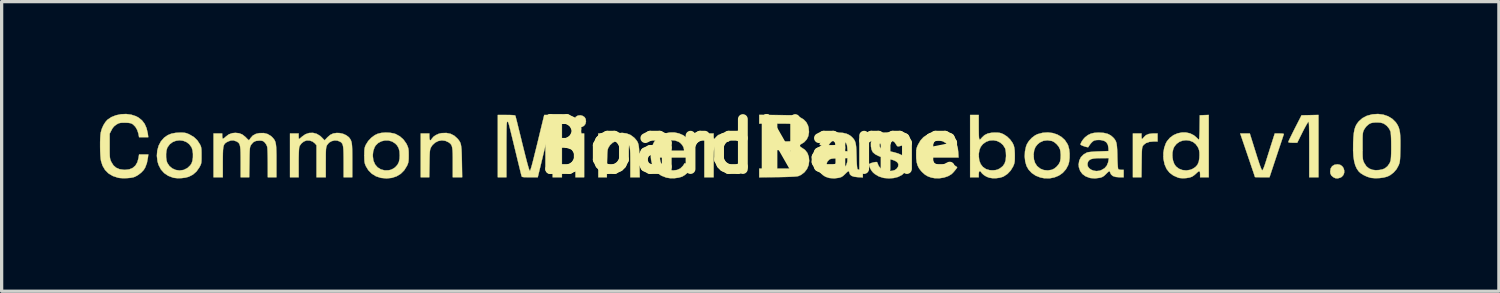
<source format=kicad_pcb>
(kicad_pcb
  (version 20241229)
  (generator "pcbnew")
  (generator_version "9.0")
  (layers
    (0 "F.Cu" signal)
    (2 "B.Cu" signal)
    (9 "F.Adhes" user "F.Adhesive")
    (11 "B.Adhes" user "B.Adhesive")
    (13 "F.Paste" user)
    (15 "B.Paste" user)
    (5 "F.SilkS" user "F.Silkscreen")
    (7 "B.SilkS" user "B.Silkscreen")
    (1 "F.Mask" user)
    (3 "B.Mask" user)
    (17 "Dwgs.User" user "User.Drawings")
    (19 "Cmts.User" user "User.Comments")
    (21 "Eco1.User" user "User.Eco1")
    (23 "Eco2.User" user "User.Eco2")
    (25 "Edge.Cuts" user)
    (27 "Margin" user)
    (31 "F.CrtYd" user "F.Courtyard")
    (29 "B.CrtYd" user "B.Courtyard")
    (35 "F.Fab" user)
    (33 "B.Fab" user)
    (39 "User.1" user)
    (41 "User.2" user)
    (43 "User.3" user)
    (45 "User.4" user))
  (footprint "BoardName"
    (layer "F.Cu")
    (at 19.835 1.418)
    (property "Reference" "BoardName" (at 0 0 0) (layer "F.SilkS") (effects (font (size 1.524 1.524) (thickness 0.3))))
    (attr through_hole)
    (fp_poly (pts (xy -5.061 0.941) (xy -5.325 0.941) (xy -5.325 -0.395) (xy -5.061 -0.395) (xy -5.061 0.941)) (stroke (width 0.01) (type solid)) (fill yes) (layer "F.SilkS"))
    (fp_poly (pts (xy -5.109 -0.933) (xy -5.047 -0.894) (xy -5.014 -0.837) (xy -5.005 -0.762) (xy -5.021 -0.688) (xy -5.064 -0.631) (xy -5.125 -0.595) (xy -5.196 -0.582) (xy -5.269 -0.598) (xy -5.319 -0.629) (xy -5.354 -0.667) (xy -5.369 -0.711) (xy -5.372 -0.759) (xy -5.356 -0.843) (xy -5.313 -0.905) (xy -5.25 -0.942) (xy -5.172 -0.95) (xy -5.109 -0.933)) (stroke (width 0.01) (type solid)) (fill yes) (layer "F.SilkS"))
    (fp_poly (pts (xy 18.007 0.561) (xy 18.069 0.603) (xy 18.111 0.662) (xy 18.132 0.733) (xy 18.131 0.805) (xy 18.106 0.873) (xy 18.056 0.929) (xy 18.015 0.952) (xy 17.934 0.975) (xy 17.866 0.97) (xy 17.805 0.942) (xy 17.742 0.89) (xy 17.711 0.827) (xy 17.705 0.764) (xy 17.72 0.672) (xy 17.764 0.603) (xy 17.834 0.56) (xy 17.928 0.546) (xy 18.007 0.561)) (stroke (width 0.01) (type solid)) (fill yes) (layer "F.SilkS"))
    (fp_poly (pts (xy -1.11 -0.31) (xy -1.107 -0.26) (xy -1.099 -0.23) (xy -1.095 -0.226) (xy -1.075 -0.24) (xy -1.044 -0.274) (xy -1.037 -0.284) (xy -0.972 -0.345) (xy -0.885 -0.381) (xy -0.771 -0.395) (xy -0.753 -0.395) (xy -0.64 -0.395) (xy -0.64 -0.151) (xy -0.767 -0.15) (xy -0.855 -0.146) (xy -0.921 -0.13) (xy -0.969 -0.108) (xy -1.01 -0.082) (xy -1.043 -0.055) (xy -1.067 -0.022) (xy -1.085 0.023) (xy -1.097 0.083) (xy -1.105 0.165) (xy -1.108 0.271) (xy -1.11 0.408) (xy -1.11 0.503) (xy -1.11 0.941) (xy -1.392 0.941) (xy -1.392 -0.395) (xy -1.11 -0.395) (xy -1.11 -0.31)) (stroke (width 0.01) (type solid)) (fill yes) (layer "F.SilkS"))
    (fp_poly (pts (xy 11.947 -0.31) (xy 11.95 -0.26) (xy 11.958 -0.23) (xy 11.963 -0.226) (xy 11.983 -0.24) (xy 12.013 -0.274) (xy 12.021 -0.284) (xy 12.082 -0.343) (xy 12.164 -0.379) (xy 12.273 -0.394) (xy 12.314 -0.395) (xy 12.437 -0.395) (xy 12.437 -0.151) (xy 12.315 -0.151) (xy 12.187 -0.139) (xy 12.085 -0.104) (xy 12.012 -0.047) (xy 11.999 -0.031) (xy 11.986 -0.011) (xy 11.975 0.011) (xy 11.968 0.04) (xy 11.962 0.081) (xy 11.958 0.138) (xy 11.955 0.217) (xy 11.953 0.323) (xy 11.951 0.461) (xy 11.951 0.484) (xy 11.945 0.941) (xy 11.684 0.941) (xy 11.684 -0.395) (xy 11.947 -0.395) (xy 11.947 -0.31)) (stroke (width 0.01) (type solid)) (fill yes) (layer "F.SilkS"))
    (fp_poly (pts (xy 17.347 0.941) (xy 17.065 0.941) (xy 17.065 0.094) (xy 17.065 -0.114) (xy 17.064 -0.287) (xy 17.063 -0.428) (xy 17.061 -0.539) (xy 17.059 -0.624) (xy 17.056 -0.685) (xy 17.052 -0.725) (xy 17.047 -0.747) (xy 17.041 -0.753) (xy 17.026 -0.737) (xy 16.997 -0.692) (xy 16.958 -0.623) (xy 16.911 -0.537) (xy 16.86 -0.438) (xy 16.858 -0.433) (xy 16.699 -0.113) (xy 16.562 -0.113) (xy 16.485 -0.115) (xy 16.441 -0.122) (xy 16.426 -0.135) (xy 16.426 -0.136) (xy 16.435 -0.159) (xy 16.458 -0.21) (xy 16.494 -0.285) (xy 16.54 -0.379) (xy 16.593 -0.485) (xy 16.628 -0.555) (xy 16.83 -0.95) (xy 17.089 -0.955) (xy 17.347 -0.961) (xy 17.347 0.941)) (stroke (width 0.01) (type solid)) (fill yes) (layer "F.SilkS"))
    (fp_poly (pts (xy 15.428 0.17) (xy 15.481 0.339) (xy 15.525 0.474) (xy 15.56 0.577) (xy 15.588 0.652) (xy 15.609 0.701) (xy 15.624 0.725) (xy 15.632 0.73) (xy 15.649 0.71) (xy 15.674 0.657) (xy 15.704 0.577) (xy 15.733 0.489) (xy 15.765 0.388) (xy 15.804 0.263) (xy 15.847 0.128) (xy 15.889 -0.006) (xy 15.91 -0.071) (xy 16.013 -0.395) (xy 16.155 -0.395) (xy 16.231 -0.393) (xy 16.274 -0.388) (xy 16.29 -0.377) (xy 16.289 -0.372) (xy 16.281 -0.349) (xy 16.263 -0.295) (xy 16.236 -0.213) (xy 16.201 -0.108) (xy 16.159 0.016) (xy 16.113 0.154) (xy 16.066 0.296) (xy 15.852 0.941) (xy 15.631 0.941) (xy 15.544 0.94) (xy 15.474 0.939) (xy 15.426 0.937) (xy 15.409 0.934) (xy 15.403 0.916) (xy 15.387 0.866) (xy 15.361 0.788) (xy 15.326 0.686) (xy 15.285 0.564) (xy 15.239 0.427) (xy 15.188 0.278) (xy 15.184 0.266) (xy 14.959 -0.395) (xy 15.251 -0.395) (xy 15.428 0.17)) (stroke (width 0.01) (type solid)) (fill yes) (layer "F.SilkS"))
    (fp_poly (pts (xy -9.136 -0.385) (xy -9.023 -0.327) (xy -8.924 -0.237) (xy -8.889 -0.195) (xy -8.861 -0.155) (xy -8.839 -0.112) (xy -8.823 -0.061) (xy -8.812 0.003) (xy -8.803 0.085) (xy -8.798 0.191) (xy -8.794 0.325) (xy -8.791 0.466) (xy -8.783 0.941) (xy -9.069 0.941) (xy -9.069 0.494) (xy -9.069 0.337) (xy -9.071 0.213) (xy -9.076 0.117) (xy -9.085 0.044) (xy -9.098 -0.011) (xy -9.117 -0.051) (xy -9.142 -0.083) (xy -9.175 -0.11) (xy -9.197 -0.126) (xy -9.297 -0.172) (xy -9.404 -0.185) (xy -9.509 -0.166) (xy -9.606 -0.117) (xy -9.689 -0.041) (xy -9.733 0.026) (xy -9.746 0.054) (xy -9.757 0.083) (xy -9.764 0.12) (xy -9.77 0.169) (xy -9.774 0.237) (xy -9.777 0.329) (xy -9.779 0.449) (xy -9.78 0.522) (xy -9.787 0.941) (xy -10.047 0.941) (xy -10.047 -0.395) (xy -9.784 -0.395) (xy -9.784 -0.292) (xy -9.778 -0.224) (xy -9.764 -0.19) (xy -9.741 -0.192) (xy -9.712 -0.229) (xy -9.708 -0.236) (xy -9.66 -0.294) (xy -9.586 -0.346) (xy -9.497 -0.386) (xy -9.414 -0.406) (xy -9.265 -0.411) (xy -9.136 -0.385)) (stroke (width 0.01) (type solid)) (fill yes) (layer "F.SilkS"))
    (fp_poly (pts (xy -3.768 -0.397) (xy -3.643 -0.348) (xy -3.536 -0.269) (xy -3.514 -0.246) (xy -3.476 -0.202) (xy -3.446 -0.162) (xy -3.423 -0.118) (xy -3.406 -0.068) (xy -3.394 -0.005) (xy -3.385 0.076) (xy -3.38 0.18) (xy -3.376 0.311) (xy -3.373 0.466) (xy -3.365 0.941) (xy -3.65 0.941) (xy -3.65 0.494) (xy -3.651 0.337) (xy -3.653 0.213) (xy -3.658 0.117) (xy -3.666 0.044) (xy -3.679 -0.011) (xy -3.698 -0.051) (xy -3.723 -0.083) (xy -3.756 -0.11) (xy -3.778 -0.126) (xy -3.879 -0.172) (xy -3.985 -0.185) (xy -4.09 -0.166) (xy -4.187 -0.117) (xy -4.27 -0.041) (xy -4.314 0.026) (xy -4.328 0.054) (xy -4.338 0.083) (xy -4.346 0.12) (xy -4.351 0.169) (xy -4.355 0.237) (xy -4.358 0.329) (xy -4.361 0.449) (xy -4.362 0.522) (xy -4.368 0.941) (xy -4.628 0.941) (xy -4.628 -0.395) (xy -4.365 -0.395) (xy -4.365 -0.292) (xy -4.36 -0.224) (xy -4.345 -0.19) (xy -4.322 -0.191) (xy -4.294 -0.228) (xy -4.29 -0.235) (xy -4.247 -0.287) (xy -4.18 -0.338) (xy -4.103 -0.379) (xy -4.051 -0.396) (xy -3.905 -0.414) (xy -3.768 -0.397)) (stroke (width 0.01) (type solid)) (fill yes) (layer "F.SilkS"))
    (fp_poly (pts (xy 9.24 -0.408) (xy 9.38 -0.362) (xy 9.505 -0.289) (xy 9.609 -0.193) (xy 9.688 -0.073) (xy 9.71 -0.024) (xy 9.739 0.086) (xy 9.753 0.216) (xy 9.752 0.351) (xy 9.736 0.478) (xy 9.711 0.567) (xy 9.641 0.697) (xy 9.545 0.805) (xy 9.426 0.889) (xy 9.289 0.945) (xy 9.14 0.974) (xy 8.982 0.971) (xy 8.862 0.948) (xy 8.72 0.893) (xy 8.598 0.811) (xy 8.501 0.707) (xy 8.439 0.598) (xy 8.399 0.461) (xy 8.383 0.309) (xy 8.385 0.273) (xy 8.655 0.273) (xy 8.665 0.4) (xy 8.698 0.503) (xy 8.756 0.593) (xy 8.766 0.604) (xy 8.857 0.678) (xy 8.966 0.721) (xy 9.088 0.732) (xy 9.21 0.713) (xy 9.286 0.676) (xy 9.36 0.615) (xy 9.422 0.541) (xy 9.46 0.465) (xy 9.462 0.461) (xy 9.478 0.367) (xy 9.482 0.258) (xy 9.473 0.152) (xy 9.46 0.088) (xy 9.422 0.009) (xy 9.361 -0.066) (xy 9.288 -0.128) (xy 9.214 -0.166) (xy 9.21 -0.167) (xy 9.077 -0.187) (xy 8.955 -0.172) (xy 8.845 -0.122) (xy 8.777 -0.066) (xy 8.711 0.017) (xy 8.672 0.114) (xy 8.656 0.233) (xy 8.655 0.273) (xy 8.385 0.273) (xy 8.391 0.153) (xy 8.422 0.007) (xy 8.452 -0.072) (xy 8.514 -0.17) (xy 8.6 -0.262) (xy 8.698 -0.336) (xy 8.774 -0.374) (xy 8.932 -0.416) (xy 9.089 -0.427) (xy 9.24 -0.408)) (stroke (width 0.01) (type solid)) (fill yes) (layer "F.SilkS"))
    (fp_poly (pts (xy -2.302 -0.425) (xy -2.165 -0.396) (xy -2.036 -0.34) (xy -1.922 -0.255) (xy -1.883 -0.215) (xy -1.813 -0.118) (xy -1.767 -0.01) (xy -1.741 0.118) (xy -1.735 0.182) (xy -1.726 0.339) (xy -2.747 0.339) (xy -2.747 0.386) (xy -2.735 0.454) (xy -2.704 0.532) (xy -2.662 0.601) (xy -2.647 0.618) (xy -2.567 0.68) (xy -2.464 0.719) (xy -2.346 0.733) (xy -2.225 0.718) (xy -2.126 0.673) (xy -2.049 0.597) (xy -2.039 0.584) (xy -1.99 0.509) (xy -1.879 0.566) (xy -1.82 0.597) (xy -1.789 0.618) (xy -1.78 0.637) (xy -1.788 0.659) (xy -1.79 0.663) (xy -1.838 0.731) (xy -1.907 0.803) (xy -1.985 0.869) (xy -2.059 0.915) (xy -2.07 0.921) (xy -2.176 0.952) (xy -2.301 0.969) (xy -2.429 0.97) (xy -2.544 0.953) (xy -2.558 0.949) (xy -2.706 0.891) (xy -2.826 0.808) (xy -2.918 0.699) (xy -2.982 0.565) (xy -3.018 0.406) (xy -3.025 0.328) (xy -3.023 0.166) (xy -3.016 0.132) (xy -2.751 0.132) (xy -2.013 0.132) (xy -2.013 0.089) (xy -2.03 0.022) (xy -2.072 -0.049) (xy -2.132 -0.112) (xy -2.181 -0.144) (xy -2.288 -0.182) (xy -2.397 -0.189) (xy -2.502 -0.167) (xy -2.597 -0.12) (xy -2.674 -0.049) (xy -2.727 0.042) (xy -2.738 0.08) (xy -2.751 0.132) (xy -3.016 0.132) (xy -2.996 0.026) (xy -2.943 -0.101) (xy -2.908 -0.16) (xy -2.818 -0.266) (xy -2.706 -0.346) (xy -2.578 -0.399) (xy -2.442 -0.426) (xy -2.302 -0.425)) (stroke (width 0.01) (type solid)) (fill yes) (layer "F.SilkS"))
    (fp_poly (pts (xy -17.315 -0.421) (xy -17.251 -0.416) (xy -17.197 -0.404) (xy -17.142 -0.383) (xy -17.101 -0.364) (xy -16.969 -0.286) (xy -16.865 -0.187) (xy -16.788 -0.07) (xy -16.766 -0.027) (xy -16.752 0.011) (xy -16.743 0.055) (xy -16.738 0.111) (xy -16.736 0.189) (xy -16.736 0.273) (xy -16.736 0.373) (xy -16.738 0.445) (xy -16.743 0.497) (xy -16.753 0.539) (xy -16.77 0.579) (xy -16.795 0.626) (xy -16.8 0.637) (xy -16.889 0.764) (xy -17 0.861) (xy -17.123 0.924) (xy -17.225 0.952) (xy -17.346 0.967) (xy -17.469 0.97) (xy -17.579 0.958) (xy -17.603 0.953) (xy -17.751 0.897) (xy -17.876 0.813) (xy -17.975 0.702) (xy -18.046 0.566) (xy -18.079 0.455) (xy -18.098 0.289) (xy -18.094 0.227) (xy -17.817 0.227) (xy -17.816 0.334) (xy -17.803 0.432) (xy -17.782 0.499) (xy -17.717 0.597) (xy -17.628 0.671) (xy -17.522 0.718) (xy -17.406 0.734) (xy -17.287 0.718) (xy -17.27 0.712) (xy -17.164 0.658) (xy -17.079 0.577) (xy -17.041 0.521) (xy -17.013 0.439) (xy -16.998 0.336) (xy -16.997 0.225) (xy -17.01 0.12) (xy -17.036 0.035) (xy -17.041 0.025) (xy -17.11 -0.068) (xy -17.198 -0.135) (xy -17.299 -0.174) (xy -17.407 -0.187) (xy -17.514 -0.173) (xy -17.615 -0.134) (xy -17.703 -0.068) (xy -17.771 0.023) (xy -17.783 0.047) (xy -17.806 0.127) (xy -17.817 0.227) (xy -18.094 0.227) (xy -18.086 0.129) (xy -18.045 -0.021) (xy -17.976 -0.153) (xy -17.88 -0.263) (xy -17.871 -0.271) (xy -17.768 -0.343) (xy -17.654 -0.39) (xy -17.519 -0.415) (xy -17.404 -0.421) (xy -17.315 -0.421)) (stroke (width 0.01) (type solid)) (fill yes) (layer "F.SilkS"))
    (fp_poly (pts (xy 13.998 0.941) (xy 13.735 0.941) (xy 13.735 0.847) (xy 13.731 0.785) (xy 13.716 0.757) (xy 13.687 0.762) (xy 13.642 0.799) (xy 13.621 0.82) (xy 13.565 0.87) (xy 13.505 0.913) (xy 13.486 0.924) (xy 13.41 0.95) (xy 13.312 0.966) (xy 13.208 0.971) (xy 13.113 0.964) (xy 13.063 0.952) (xy 12.918 0.888) (xy 12.801 0.8) (xy 12.713 0.688) (xy 12.652 0.55) (xy 12.618 0.386) (xy 12.615 0.355) (xy 12.615 0.307) (xy 12.889 0.307) (xy 12.907 0.426) (xy 12.944 0.531) (xy 12.997 0.609) (xy 13.088 0.68) (xy 13.196 0.721) (xy 13.314 0.733) (xy 13.433 0.714) (xy 13.502 0.687) (xy 13.59 0.631) (xy 13.653 0.561) (xy 13.693 0.471) (xy 13.712 0.356) (xy 13.716 0.263) (xy 13.714 0.179) (xy 13.704 0.116) (xy 13.684 0.059) (xy 13.664 0.017) (xy 13.597 -0.075) (xy 13.511 -0.139) (xy 13.412 -0.178) (xy 13.306 -0.19) (xy 13.2 -0.177) (xy 13.1 -0.139) (xy 13.014 -0.076) (xy 12.946 0.01) (xy 12.917 0.073) (xy 12.892 0.186) (xy 12.889 0.307) (xy 12.615 0.307) (xy 12.614 0.195) (xy 12.64 0.042) (xy 12.689 -0.095) (xy 12.727 -0.162) (xy 12.816 -0.266) (xy 12.924 -0.345) (xy 13.046 -0.398) (xy 13.176 -0.425) (xy 13.306 -0.425) (xy 13.431 -0.397) (xy 13.544 -0.34) (xy 13.621 -0.275) (xy 13.661 -0.236) (xy 13.691 -0.211) (xy 13.7 -0.207) (xy 13.705 -0.225) (xy 13.71 -0.275) (xy 13.714 -0.351) (xy 13.718 -0.448) (xy 13.72 -0.559) (xy 13.72 -0.579) (xy 13.725 -0.95) (xy 13.998 -0.961) (xy 13.998 0.941)) (stroke (width 0.01) (type solid)) (fill yes) (layer "F.SilkS"))
    (fp_poly (pts (xy 5.86 -0.415) (xy 6.002 -0.368) (xy 6.131 -0.287) (xy 6.16 -0.262) (xy 6.246 -0.168) (xy 6.305 -0.066) (xy 6.341 0.054) (xy 6.355 0.183) (xy 6.364 0.339) (xy 5.343 0.339) (xy 5.343 0.386) (xy 5.355 0.454) (xy 5.386 0.532) (xy 5.428 0.601) (xy 5.443 0.618) (xy 5.518 0.676) (xy 5.616 0.715) (xy 5.724 0.733) (xy 5.83 0.729) (xy 5.919 0.703) (xy 5.987 0.658) (xy 6.052 0.592) (xy 6.092 0.535) (xy 6.106 0.523) (xy 6.131 0.525) (xy 6.175 0.545) (xy 6.214 0.566) (xy 6.269 0.597) (xy 6.308 0.623) (xy 6.322 0.636) (xy 6.31 0.66) (xy 6.279 0.702) (xy 6.238 0.752) (xy 6.195 0.801) (xy 6.156 0.839) (xy 6.145 0.848) (xy 6.043 0.908) (xy 5.918 0.95) (xy 5.781 0.971) (xy 5.643 0.97) (xy 5.533 0.95) (xy 5.428 0.913) (xy 5.341 0.862) (xy 5.258 0.788) (xy 5.223 0.751) (xy 5.159 0.669) (xy 5.115 0.582) (xy 5.087 0.483) (xy 5.073 0.363) (xy 5.071 0.263) (xy 5.072 0.172) (xy 5.074 0.132) (xy 5.343 0.132) (xy 6.097 0.132) (xy 6.085 0.08) (xy 6.044 -0.024) (xy 5.975 -0.104) (xy 5.883 -0.158) (xy 5.771 -0.183) (xy 5.689 -0.183) (xy 5.568 -0.159) (xy 5.47 -0.107) (xy 5.399 -0.029) (xy 5.356 0.074) (xy 5.355 0.08) (xy 5.343 0.132) (xy 5.074 0.132) (xy 5.076 0.106) (xy 5.085 0.054) (xy 5.102 0.005) (xy 5.128 -0.053) (xy 5.13 -0.056) (xy 5.206 -0.186) (xy 5.296 -0.284) (xy 5.407 -0.355) (xy 5.543 -0.404) (xy 5.55 -0.406) (xy 5.707 -0.428) (xy 5.86 -0.415)) (stroke (width 0.01) (type solid)) (fill yes) (layer "F.SilkS"))
    (fp_poly (pts (xy -10.983 -0.417) (xy -10.86 -0.394) (xy -10.815 -0.379) (xy -10.684 -0.308) (xy -10.572 -0.208) (xy -10.486 -0.087) (xy -10.469 -0.053) (xy -10.444 0.004) (xy -10.428 0.053) (xy -10.419 0.106) (xy -10.415 0.174) (xy -10.414 0.268) (xy -10.414 0.273) (xy -10.415 0.368) (xy -10.419 0.437) (xy -10.427 0.49) (xy -10.443 0.538) (xy -10.466 0.592) (xy -10.467 0.593) (xy -10.549 0.726) (xy -10.655 0.833) (xy -10.782 0.911) (xy -10.927 0.959) (xy -11.088 0.976) (xy -11.259 0.96) (xy -11.268 0.958) (xy -11.412 0.911) (xy -11.54 0.832) (xy -11.645 0.726) (xy -11.719 0.605) (xy -11.74 0.555) (xy -11.755 0.51) (xy -11.763 0.46) (xy -11.767 0.394) (xy -11.769 0.303) (xy -11.769 0.277) (xy -11.511 0.277) (xy -11.495 0.412) (xy -11.488 0.44) (xy -11.438 0.553) (xy -11.362 0.64) (xy -11.265 0.7) (xy -11.152 0.73) (xy -11.028 0.728) (xy -10.964 0.714) (xy -10.905 0.688) (xy -10.842 0.649) (xy -10.824 0.634) (xy -10.758 0.562) (xy -10.715 0.479) (xy -10.693 0.377) (xy -10.688 0.273) (xy -10.695 0.149) (xy -10.721 0.051) (xy -10.768 -0.03) (xy -10.825 -0.089) (xy -10.92 -0.15) (xy -11.027 -0.181) (xy -11.139 -0.183) (xy -11.247 -0.157) (xy -11.344 -0.106) (xy -11.422 -0.029) (xy -11.454 0.022) (xy -11.497 0.143) (xy -11.511 0.277) (xy -11.769 0.277) (xy -11.769 0.273) (xy -11.768 0.174) (xy -11.765 0.104) (xy -11.758 0.051) (xy -11.746 0.007) (xy -11.727 -0.038) (xy -11.716 -0.06) (xy -11.648 -0.167) (xy -11.556 -0.264) (xy -11.45 -0.343) (xy -11.363 -0.385) (xy -11.249 -0.413) (xy -11.118 -0.424) (xy -10.983 -0.417)) (stroke (width 0.01) (type solid)) (fill yes) (layer "F.SilkS"))
    (fp_poly (pts (xy -13.221 -0.384) (xy -13.115 -0.32) (xy -13.071 -0.279) (xy -12.98 -0.186) (xy -12.892 -0.28) (xy -12.807 -0.353) (xy -12.716 -0.396) (xy -12.61 -0.411) (xy -12.526 -0.408) (xy -12.42 -0.386) (xy -12.322 -0.342) (xy -12.243 -0.283) (xy -12.215 -0.249) (xy -12.192 -0.214) (xy -12.174 -0.177) (xy -12.16 -0.134) (xy -12.15 -0.08) (xy -12.143 -0.01) (xy -12.139 0.08) (xy -12.137 0.196) (xy -12.136 0.342) (xy -12.136 0.436) (xy -12.136 0.941) (xy -12.399 0.941) (xy -12.399 0.479) (xy -12.4 0.318) (xy -12.402 0.19) (xy -12.406 0.091) (xy -12.413 0.016) (xy -12.425 -0.04) (xy -12.44 -0.08) (xy -12.461 -0.11) (xy -12.488 -0.133) (xy -12.5 -0.141) (xy -12.586 -0.177) (xy -12.678 -0.183) (xy -12.769 -0.16) (xy -12.847 -0.113) (xy -12.904 -0.043) (xy -12.906 -0.04) (xy -12.918 -0.014) (xy -12.927 0.015) (xy -12.934 0.051) (xy -12.939 0.099) (xy -12.942 0.165) (xy -12.944 0.253) (xy -12.944 0.371) (xy -12.945 0.488) (xy -12.945 0.941) (xy -13.227 0.941) (xy -13.227 -0.035) (xy -13.275 -0.092) (xy -13.345 -0.148) (xy -13.433 -0.179) (xy -13.527 -0.182) (xy -13.536 -0.18) (xy -13.613 -0.15) (xy -13.684 -0.095) (xy -13.736 -0.025) (xy -13.753 0.016) (xy -13.759 0.054) (xy -13.764 0.124) (xy -13.768 0.219) (xy -13.771 0.331) (xy -13.772 0.456) (xy -13.772 0.513) (xy -13.772 0.941) (xy -14.036 0.941) (xy -14.036 -0.395) (xy -13.772 -0.395) (xy -13.772 -0.31) (xy -13.77 -0.26) (xy -13.764 -0.23) (xy -13.76 -0.226) (xy -13.741 -0.238) (xy -13.704 -0.268) (xy -13.668 -0.3) (xy -13.565 -0.372) (xy -13.452 -0.41) (xy -13.335 -0.414) (xy -13.221 -0.384)) (stroke (width 0.01) (type solid)) (fill yes) (layer "F.SilkS"))
    (fp_poly (pts (xy -18.882 -0.969) (xy -18.739 -0.923) (xy -18.658 -0.88) (xy -18.553 -0.795) (xy -18.472 -0.69) (xy -18.414 -0.559) (xy -18.377 -0.401) (xy -18.373 -0.372) (xy -18.361 -0.282) (xy -18.641 -0.282) (xy -18.662 -0.393) (xy -18.698 -0.503) (xy -18.754 -0.599) (xy -18.826 -0.671) (xy -18.857 -0.691) (xy -18.906 -0.71) (xy -18.973 -0.72) (xy -19.068 -0.724) (xy -19.08 -0.724) (xy -19.162 -0.723) (xy -19.219 -0.717) (xy -19.264 -0.705) (xy -19.309 -0.682) (xy -19.333 -0.667) (xy -19.399 -0.618) (xy -19.449 -0.558) (xy -19.482 -0.499) (xy -19.539 -0.388) (xy -19.539 -0.011) (xy -19.539 0.118) (xy -19.538 0.215) (xy -19.536 0.288) (xy -19.531 0.341) (xy -19.524 0.382) (xy -19.514 0.417) (xy -19.499 0.451) (xy -19.49 0.472) (xy -19.425 0.577) (xy -19.34 0.651) (xy -19.234 0.696) (xy -19.103 0.714) (xy -19.071 0.715) (xy -18.941 0.7) (xy -18.835 0.656) (xy -18.752 0.583) (xy -18.693 0.481) (xy -18.657 0.349) (xy -18.655 0.334) (xy -18.641 0.245) (xy -18.36 0.245) (xy -18.372 0.343) (xy -18.404 0.511) (xy -18.455 0.645) (xy -18.5 0.718) (xy -18.573 0.796) (xy -18.664 0.867) (xy -18.758 0.921) (xy -18.811 0.941) (xy -18.898 0.958) (xy -19.006 0.967) (xy -19.12 0.97) (xy -19.225 0.964) (xy -19.285 0.954) (xy -19.443 0.902) (xy -19.575 0.823) (xy -19.679 0.718) (xy -19.756 0.588) (xy -19.803 0.44) (xy -19.814 0.363) (xy -19.822 0.259) (xy -19.828 0.135) (xy -19.83 0.003) (xy -19.83 -0.129) (xy -19.826 -0.252) (xy -19.819 -0.356) (xy -19.81 -0.425) (xy -19.779 -0.536) (xy -19.729 -0.648) (xy -19.667 -0.746) (xy -19.608 -0.813) (xy -19.488 -0.894) (xy -19.348 -0.95) (xy -19.195 -0.982) (xy -19.037 -0.989) (xy -18.882 -0.969)) (stroke (width 0.01) (type solid)) (fill yes) (layer "F.SilkS"))
    (fp_poly (pts (xy 0.842 -0.957) (xy 1.403 -0.95) (xy 1.53 -0.887) (xy 1.64 -0.82) (xy 1.718 -0.739) (xy 1.769 -0.64) (xy 1.788 -0.569) (xy 1.8 -0.439) (xy 1.78 -0.318) (xy 1.731 -0.214) (xy 1.654 -0.13) (xy 1.584 -0.085) (xy 1.538 -0.058) (xy 1.51 -0.032) (xy 1.506 -0.024) (xy 1.521 -0.002) (xy 1.559 0.026) (xy 1.576 0.036) (xy 1.679 0.107) (xy 1.752 0.2) (xy 1.794 0.315) (xy 1.806 0.438) (xy 1.789 0.569) (xy 1.739 0.688) (xy 1.661 0.789) (xy 1.559 0.867) (xy 1.472 0.906) (xy 1.426 0.914) (xy 1.343 0.921) (xy 1.223 0.927) (xy 1.067 0.932) (xy 0.874 0.936) (xy 0.842 0.936) (xy 0.282 0.943) (xy 0.282 0.677) (xy 0.527 0.677) (xy 0.828 0.677) (xy 1.068 0.677) (xy 1.177 0.676) (xy 1.256 0.672) (xy 1.312 0.665) (xy 1.354 0.653) (xy 1.373 0.644) (xy 1.449 0.588) (xy 1.498 0.513) (xy 1.521 0.427) (xy 1.517 0.338) (xy 1.486 0.255) (xy 1.428 0.186) (xy 1.392 0.161) (xy 1.358 0.144) (xy 1.318 0.133) (xy 1.263 0.125) (xy 1.186 0.119) (xy 1.079 0.116) (xy 1.077 0.116) (xy 0.828 0.109) (xy 0.828 0.677) (xy 0.527 0.677) (xy 0.527 -0.696) (xy 0.828 -0.696) (xy 0.828 -0.151) (xy 1.064 -0.151) (xy 1.198 -0.153) (xy 1.296 -0.161) (xy 1.358 -0.175) (xy 1.362 -0.176) (xy 1.439 -0.224) (xy 1.486 -0.293) (xy 1.505 -0.385) (xy 1.505 -0.408) (xy 1.495 -0.507) (xy 1.464 -0.581) (xy 1.406 -0.635) (xy 1.368 -0.657) (xy 1.327 -0.674) (xy 1.282 -0.686) (xy 1.225 -0.692) (xy 1.147 -0.695) (xy 1.057 -0.696) (xy 0.828 -0.696) (xy 0.527 -0.696) (xy 0.282 -0.696) (xy 0.282 -0.963) (xy 0.842 -0.957)) (stroke (width 0.01) (type solid)) (fill yes) (layer "F.SilkS"))
    (fp_poly (pts (xy 6.98 -0.583) (xy 6.981 -0.446) (xy 6.983 -0.343) (xy 6.987 -0.271) (xy 6.995 -0.228) (xy 7.007 -0.21) (xy 7.025 -0.213) (xy 7.049 -0.236) (xy 7.078 -0.271) (xy 7.157 -0.345) (xy 7.256 -0.394) (xy 7.38 -0.419) (xy 7.469 -0.423) (xy 7.556 -0.421) (xy 7.62 -0.414) (xy 7.676 -0.398) (xy 7.737 -0.371) (xy 7.844 -0.302) (xy 7.939 -0.21) (xy 8.013 -0.106) (xy 8.047 -0.032) (xy 8.064 0.032) (xy 8.075 0.11) (xy 8.08 0.21) (xy 8.081 0.282) (xy 8.08 0.379) (xy 8.077 0.449) (xy 8.069 0.502) (xy 8.055 0.55) (xy 8.033 0.602) (xy 8.027 0.616) (xy 7.953 0.737) (xy 7.856 0.839) (xy 7.743 0.914) (xy 7.721 0.925) (xy 7.626 0.954) (xy 7.513 0.969) (xy 7.398 0.969) (xy 7.298 0.954) (xy 7.297 0.953) (xy 7.217 0.922) (xy 7.141 0.876) (xy 7.081 0.824) (xy 7.055 0.789) (xy 7.027 0.754) (xy 7.003 0.753) (xy 6.986 0.785) (xy 6.98 0.847) (xy 6.98 0.941) (xy 6.717 0.941) (xy 6.717 0.288) (xy 6.98 0.288) (xy 6.995 0.425) (xy 7.039 0.539) (xy 7.108 0.628) (xy 7.201 0.691) (xy 7.316 0.725) (xy 7.415 0.729) (xy 7.5 0.721) (xy 7.566 0.702) (xy 7.631 0.667) (xy 7.713 0.602) (xy 7.769 0.522) (xy 7.802 0.422) (xy 7.813 0.296) (xy 7.813 0.277) (xy 7.808 0.176) (xy 7.796 0.095) (xy 7.784 0.056) (xy 7.722 -0.043) (xy 7.637 -0.118) (xy 7.537 -0.167) (xy 7.428 -0.188) (xy 7.316 -0.181) (xy 7.209 -0.144) (xy 7.112 -0.076) (xy 7.104 -0.068) (xy 7.04 0.012) (xy 7.001 0.106) (xy 6.982 0.221) (xy 6.98 0.288) (xy 6.717 0.288) (xy 6.717 -0.96) (xy 6.98 -0.96) (xy 6.98 -0.583)) (stroke (width 0.01) (type solid)) (fill yes) (layer "F.SilkS"))
    (fp_poly (pts (xy -15.588 -0.402) (xy -15.493 -0.365) (xy -15.406 -0.297) (xy -15.389 -0.281) (xy -15.343 -0.234) (xy -15.307 -0.201) (xy -15.29 -0.188) (xy -15.29 -0.188) (xy -15.275 -0.203) (xy -15.25 -0.239) (xy -15.241 -0.253) (xy -15.171 -0.332) (xy -15.076 -0.383) (xy -14.973 -0.406) (xy -14.837 -0.408) (xy -14.721 -0.379) (xy -14.619 -0.318) (xy -14.581 -0.284) (xy -14.545 -0.245) (xy -14.516 -0.207) (xy -14.493 -0.165) (xy -14.477 -0.115) (xy -14.465 -0.051) (xy -14.457 0.032) (xy -14.453 0.137) (xy -14.45 0.27) (xy -14.45 0.435) (xy -14.45 0.46) (xy -14.45 0.941) (xy -14.713 0.941) (xy -14.714 0.513) (xy -14.715 0.385) (xy -14.717 0.265) (xy -14.72 0.161) (xy -14.724 0.079) (xy -14.729 0.024) (xy -14.731 0.011) (xy -14.756 -0.051) (xy -14.797 -0.111) (xy -14.806 -0.12) (xy -14.843 -0.153) (xy -14.881 -0.171) (xy -14.933 -0.177) (xy -14.975 -0.178) (xy -15.073 -0.168) (xy -15.148 -0.134) (xy -15.208 -0.07) (xy -15.231 -0.036) (xy -15.243 -0.013) (xy -15.252 0.014) (xy -15.259 0.05) (xy -15.264 0.099) (xy -15.268 0.168) (xy -15.271 0.261) (xy -15.273 0.382) (xy -15.274 0.484) (xy -15.281 0.941) (xy -15.541 0.941) (xy -15.541 0.475) (xy -15.542 0.313) (xy -15.544 0.185) (xy -15.548 0.085) (xy -15.557 0.009) (xy -15.569 -0.046) (xy -15.587 -0.087) (xy -15.612 -0.116) (xy -15.643 -0.139) (xy -15.673 -0.155) (xy -15.76 -0.184) (xy -15.847 -0.18) (xy -15.935 -0.146) (xy -15.979 -0.122) (xy -16.013 -0.097) (xy -16.039 -0.066) (xy -16.059 -0.024) (xy -16.072 0.032) (xy -16.08 0.108) (xy -16.084 0.209) (xy -16.086 0.338) (xy -16.087 0.484) (xy -16.087 0.941) (xy -16.369 0.941) (xy -16.369 -0.395) (xy -16.105 -0.395) (xy -16.105 -0.321) (xy -16.101 -0.271) (xy -16.091 -0.239) (xy -16.087 -0.236) (xy -16.065 -0.242) (xy -16.027 -0.269) (xy -15.995 -0.299) (xy -15.903 -0.368) (xy -15.797 -0.405) (xy -15.701 -0.414) (xy -15.588 -0.402)) (stroke (width 0.01) (type solid)) (fill yes) (layer "F.SilkS"))
    (fp_poly (pts (xy 4.35 -0.409) (xy 4.468 -0.372) (xy 4.563 -0.319) (xy 4.615 -0.275) (xy 4.666 -0.218) (xy 4.709 -0.157) (xy 4.736 -0.105) (xy 4.741 -0.08) (xy 4.725 -0.065) (xy 4.684 -0.046) (xy 4.629 -0.026) (xy 4.572 -0.01) (xy 4.525 -0.001) (xy 4.513 -0.000408) (xy 4.488 -0.016) (xy 4.462 -0.054) (xy 4.459 -0.06) (xy 4.411 -0.131) (xy 4.343 -0.176) (xy 4.249 -0.199) (xy 4.21 -0.203) (xy 4.106 -0.198) (xy 4.027 -0.17) (xy 3.975 -0.122) (xy 3.953 -0.055) (xy 3.959 0.011) (xy 3.984 0.053) (xy 4.038 0.088) (xy 4.123 0.118) (xy 4.23 0.143) (xy 4.397 0.179) (xy 4.53 0.219) (xy 4.631 0.265) (xy 4.704 0.32) (xy 4.753 0.385) (xy 4.78 0.464) (xy 4.788 0.555) (xy 4.774 0.674) (xy 4.732 0.772) (xy 4.657 0.853) (xy 4.623 0.877) (xy 4.516 0.931) (xy 4.385 0.964) (xy 4.241 0.975) (xy 4.094 0.963) (xy 4.066 0.958) (xy 3.931 0.915) (xy 3.811 0.843) (xy 3.757 0.797) (xy 3.711 0.741) (xy 3.672 0.676) (xy 3.645 0.611) (xy 3.634 0.559) (xy 3.636 0.54) (xy 3.659 0.523) (xy 3.706 0.505) (xy 3.764 0.489) (xy 3.82 0.478) (xy 3.863 0.476) (xy 3.874 0.479) (xy 3.891 0.504) (xy 3.903 0.542) (xy 3.934 0.608) (xy 3.989 0.671) (xy 4.059 0.719) (xy 4.075 0.726) (xy 4.154 0.746) (xy 4.247 0.752) (xy 4.341 0.744) (xy 4.417 0.722) (xy 4.421 0.72) (xy 4.484 0.673) (xy 4.521 0.613) (xy 4.528 0.549) (xy 4.523 0.529) (xy 4.495 0.485) (xy 4.442 0.447) (xy 4.361 0.414) (xy 4.247 0.384) (xy 4.202 0.375) (xy 4.051 0.338) (xy 3.923 0.292) (xy 3.823 0.24) (xy 3.755 0.183) (xy 3.744 0.169) (xy 3.709 0.095) (xy 3.691 0.00013) (xy 3.69 -0.101) (xy 3.696 -0.14) (xy 3.73 -0.227) (xy 3.794 -0.3) (xy 3.881 -0.358) (xy 3.986 -0.399) (xy 4.103 -0.422) (xy 4.227 -0.426) (xy 4.35 -0.409)) (stroke (width 0.01) (type solid)) (fill yes) (layer "F.SilkS"))
    (fp_poly (pts (xy -7.318 -0.959) (xy -7.239 -0.955) (xy -7.188 -0.95) (xy -7.163 -0.941) (xy -7.158 -0.936) (xy -7.152 -0.913) (xy -7.138 -0.857) (xy -7.116 -0.773) (xy -7.089 -0.663) (xy -7.057 -0.532) (xy -7.02 -0.383) (xy -6.98 -0.22) (xy -6.947 -0.084) (xy -6.892 0.136) (xy -6.846 0.32) (xy -6.807 0.47) (xy -6.775 0.586) (xy -6.751 0.669) (xy -6.733 0.721) (xy -6.721 0.742) (xy -6.719 0.743) (xy -6.713 0.74) (xy -6.706 0.731) (xy -6.698 0.711) (xy -6.687 0.679) (xy -6.673 0.633) (xy -6.655 0.57) (xy -6.633 0.487) (xy -6.606 0.382) (xy -6.574 0.252) (xy -6.535 0.096) (xy -6.489 -0.09) (xy -6.436 -0.309) (xy -6.387 -0.513) (xy -6.278 -0.96) (xy -5.739 -0.96) (xy -5.739 0.941) (xy -6.021 0.941) (xy -6.021 0.093) (xy -6.021 -0.118) (xy -6.022 -0.293) (xy -6.023 -0.436) (xy -6.025 -0.548) (xy -6.027 -0.633) (xy -6.031 -0.693) (xy -6.035 -0.73) (xy -6.04 -0.747) (xy -6.043 -0.748) (xy -6.049 -0.745) (xy -6.055 -0.736) (xy -6.063 -0.719) (xy -6.072 -0.691) (xy -6.085 -0.651) (xy -6.1 -0.593) (xy -6.12 -0.517) (xy -6.145 -0.419) (xy -6.175 -0.297) (xy -6.212 -0.148) (xy -6.256 0.032) (xy -6.307 0.244) (xy -6.331 0.343) (xy -6.476 0.941) (xy -6.718 0.941) (xy -6.818 0.94) (xy -6.887 0.938) (xy -6.93 0.934) (xy -6.955 0.926) (xy -6.966 0.914) (xy -6.969 0.908) (xy -6.975 0.883) (xy -6.99 0.825) (xy -7.011 0.739) (xy -7.038 0.629) (xy -7.07 0.499) (xy -7.106 0.352) (xy -7.144 0.193) (xy -7.159 0.132) (xy -7.208 -0.071) (xy -7.249 -0.24) (xy -7.283 -0.379) (xy -7.31 -0.49) (xy -7.332 -0.577) (xy -7.349 -0.642) (xy -7.362 -0.689) (xy -7.373 -0.721) (xy -7.38 -0.74) (xy -7.387 -0.749) (xy -7.393 -0.753) (xy -7.399 -0.753) (xy -7.404 -0.753) (xy -7.411 -0.749) (xy -7.416 -0.734) (xy -7.421 -0.707) (xy -7.424 -0.663) (xy -7.427 -0.599) (xy -7.429 -0.513) (xy -7.43 -0.401) (xy -7.431 -0.261) (xy -7.432 -0.089) (xy -7.432 0.094) (xy -7.432 0.941) (xy -7.695 0.941) (xy -7.695 -0.96) (xy -7.431 -0.96) (xy -7.318 -0.959)) (stroke (width 0.01) (type solid)) (fill yes) (layer "F.SilkS"))
    (fp_poly (pts (xy 19.324 -0.97) (xy 19.471 -0.92) (xy 19.598 -0.843) (xy 19.703 -0.74) (xy 19.726 -0.708) (xy 19.765 -0.645) (xy 19.795 -0.58) (xy 19.817 -0.506) (xy 19.833 -0.419) (xy 19.842 -0.312) (xy 19.847 -0.182) (xy 19.847 -0.021) (xy 19.846 0.056) (xy 19.843 0.192) (xy 19.84 0.297) (xy 19.836 0.376) (xy 19.83 0.436) (xy 19.823 0.483) (xy 19.812 0.524) (xy 19.798 0.563) (xy 19.794 0.573) (xy 19.73 0.692) (xy 19.639 0.797) (xy 19.531 0.879) (xy 19.449 0.919) (xy 19.338 0.949) (xy 19.208 0.966) (xy 19.076 0.97) (xy 18.956 0.96) (xy 18.928 0.954) (xy 18.825 0.921) (xy 18.723 0.873) (xy 18.634 0.817) (xy 18.575 0.763) (xy 18.515 0.677) (xy 18.469 0.575) (xy 18.436 0.452) (xy 18.414 0.306) (xy 18.404 0.131) (xy 18.405 -0.01) (xy 18.693 -0.01) (xy 18.693 0.125) (xy 18.693 0.229) (xy 18.695 0.306) (xy 18.699 0.363) (xy 18.705 0.405) (xy 18.713 0.439) (xy 18.726 0.47) (xy 18.742 0.504) (xy 18.744 0.508) (xy 18.809 0.607) (xy 18.892 0.674) (xy 18.994 0.714) (xy 19.092 0.726) (xy 19.2 0.72) (xy 19.302 0.699) (xy 19.367 0.673) (xy 19.454 0.604) (xy 19.52 0.509) (xy 19.548 0.435) (xy 19.555 0.388) (xy 19.561 0.312) (xy 19.565 0.214) (xy 19.567 0.101) (xy 19.567 -0.019) (xy 19.566 -0.138) (xy 19.563 -0.249) (xy 19.558 -0.344) (xy 19.552 -0.416) (xy 19.546 -0.454) (xy 19.502 -0.545) (xy 19.434 -0.627) (xy 19.351 -0.689) (xy 19.314 -0.706) (xy 19.24 -0.726) (xy 19.149 -0.732) (xy 19.09 -0.731) (xy 19.01 -0.725) (xy 18.953 -0.713) (xy 18.905 -0.691) (xy 18.869 -0.667) (xy 18.798 -0.602) (xy 18.741 -0.519) (xy 18.741 -0.518) (xy 18.725 -0.486) (xy 18.713 -0.457) (xy 18.705 -0.424) (xy 18.699 -0.382) (xy 18.695 -0.325) (xy 18.693 -0.247) (xy 18.693 -0.143) (xy 18.693 -0.01) (xy 18.405 -0.01) (xy 18.405 -0.075) (xy 18.406 -0.122) (xy 18.414 -0.284) (xy 18.427 -0.415) (xy 18.447 -0.52) (xy 18.475 -0.607) (xy 18.514 -0.682) (xy 18.565 -0.75) (xy 18.581 -0.769) (xy 18.692 -0.866) (xy 18.825 -0.935) (xy 18.983 -0.977) (xy 18.992 -0.979) (xy 19.163 -0.99) (xy 19.324 -0.97)) (stroke (width 0.01) (type solid)) (fill yes) (layer "F.SilkS"))
    (fp_poly (pts (xy 10.794 -0.413) (xy 10.912 -0.385) (xy 11.009 -0.335) (xy 11.078 -0.276) (xy 11.118 -0.232) (xy 11.148 -0.188) (xy 11.171 -0.139) (xy 11.187 -0.077) (xy 11.197 0.002) (xy 11.204 0.104) (xy 11.209 0.236) (xy 11.21 0.301) (xy 11.213 0.425) (xy 11.218 0.531) (xy 11.224 0.614) (xy 11.23 0.67) (xy 11.236 0.691) (xy 11.267 0.707) (xy 11.317 0.715) (xy 11.329 0.715) (xy 11.402 0.715) (xy 11.402 0.941) (xy 11.275 0.941) (xy 11.157 0.931) (xy 11.072 0.903) (xy 11.017 0.854) (xy 10.998 0.814) (xy 10.982 0.773) (xy 10.967 0.753) (xy 10.965 0.753) (xy 10.946 0.765) (xy 10.908 0.798) (xy 10.861 0.844) (xy 10.861 0.845) (xy 10.802 0.9) (xy 10.749 0.933) (xy 10.689 0.954) (xy 10.672 0.957) (xy 10.528 0.975) (xy 10.395 0.965) (xy 10.362 0.958) (xy 10.241 0.912) (xy 10.144 0.841) (xy 10.075 0.747) (xy 10.036 0.635) (xy 10.029 0.551) (xy 10.03 0.541) (xy 10.296 0.541) (xy 10.308 0.607) (xy 10.348 0.665) (xy 10.409 0.71) (xy 10.485 0.74) (xy 10.572 0.752) (xy 10.665 0.742) (xy 10.72 0.723) (xy 10.819 0.666) (xy 10.887 0.588) (xy 10.929 0.485) (xy 10.938 0.437) (xy 10.951 0.357) (xy 10.711 0.358) (xy 10.581 0.36) (xy 10.483 0.37) (xy 10.411 0.387) (xy 10.36 0.414) (xy 10.325 0.453) (xy 10.315 0.47) (xy 10.296 0.541) (xy 10.03 0.541) (xy 10.047 0.432) (xy 10.098 0.329) (xy 10.18 0.245) (xy 10.282 0.186) (xy 10.323 0.176) (xy 10.394 0.167) (xy 10.488 0.159) (xy 10.6 0.153) (xy 10.64 0.152) (xy 10.941 0.141) (xy 10.938 0.051) (xy 10.921 -0.049) (xy 10.878 -0.122) (xy 10.809 -0.17) (xy 10.71 -0.194) (xy 10.647 -0.198) (xy 10.568 -0.194) (xy 10.513 -0.183) (xy 10.471 -0.161) (xy 10.467 -0.158) (xy 10.422 -0.117) (xy 10.376 -0.062) (xy 10.339 -0.008) (xy 10.326 0.02) (xy 10.307 0.024) (xy 10.265 0.016) (xy 10.21 0.001) (xy 10.155 -0.019) (xy 10.11 -0.039) (xy 10.086 -0.055) (xy 10.085 -0.059) (xy 10.097 -0.101) (xy 10.128 -0.159) (xy 10.171 -0.22) (xy 10.218 -0.272) (xy 10.228 -0.282) (xy 10.313 -0.347) (xy 10.4 -0.389) (xy 10.5 -0.413) (xy 10.623 -0.422) (xy 10.649 -0.422) (xy 10.794 -0.413)) (stroke (width 0.01) (type solid)) (fill yes) (layer "F.SilkS"))
    (fp_poly (pts (xy 2.836 -0.413) (xy 2.953 -0.385) (xy 3.051 -0.335) (xy 3.12 -0.276) (xy 3.159 -0.233) (xy 3.189 -0.189) (xy 3.211 -0.139) (xy 3.227 -0.077) (xy 3.238 0.003) (xy 3.245 0.107) (xy 3.249 0.24) (xy 3.251 0.301) (xy 3.254 0.42) (xy 3.259 0.524) (xy 3.265 0.607) (xy 3.272 0.665) (xy 3.278 0.691) (xy 3.278 0.691) (xy 3.308 0.707) (xy 3.358 0.715) (xy 3.37 0.715) (xy 3.443 0.715) (xy 3.443 0.945) (xy 3.294 0.938) (xy 3.18 0.925) (xy 3.1 0.898) (xy 3.051 0.855) (xy 3.033 0.802) (xy 3.022 0.766) (xy 3.008 0.753) (xy 2.986 0.765) (xy 2.947 0.798) (xy 2.9 0.844) (xy 2.84 0.9) (xy 2.786 0.934) (xy 2.724 0.954) (xy 2.712 0.957) (xy 2.568 0.975) (xy 2.432 0.964) (xy 2.403 0.958) (xy 2.303 0.924) (xy 2.22 0.871) (xy 2.159 0.811) (xy 2.107 0.741) (xy 2.079 0.663) (xy 2.07 0.568) (xy 2.072 0.539) (xy 2.336 0.539) (xy 2.348 0.613) (xy 2.395 0.681) (xy 2.401 0.687) (xy 2.47 0.728) (xy 2.559 0.749) (xy 2.658 0.749) (xy 2.753 0.726) (xy 2.775 0.717) (xy 2.872 0.655) (xy 2.937 0.573) (xy 2.969 0.473) (xy 2.973 0.421) (xy 2.973 0.355) (xy 2.72 0.361) (xy 2.615 0.364) (xy 2.54 0.368) (xy 2.488 0.375) (xy 2.452 0.385) (xy 2.425 0.399) (xy 2.414 0.406) (xy 2.358 0.468) (xy 2.336 0.539) (xy 2.072 0.539) (xy 2.074 0.498) (xy 2.1 0.39) (xy 2.158 0.3) (xy 2.251 0.227) (xy 2.287 0.207) (xy 2.325 0.189) (xy 2.363 0.176) (xy 2.407 0.167) (xy 2.465 0.161) (xy 2.544 0.157) (xy 2.651 0.154) (xy 2.679 0.154) (xy 2.977 0.147) (xy 2.969 0.036) (xy 2.959 -0.041) (xy 2.938 -0.094) (xy 2.916 -0.122) (xy 2.849 -0.169) (xy 2.76 -0.196) (xy 2.662 -0.202) (xy 2.566 -0.185) (xy 2.503 -0.157) (xy 2.46 -0.121) (xy 2.418 -0.068) (xy 2.407 -0.049) (xy 2.381 -0.002) (xy 2.365 0.028) (xy 2.362 0.033) (xy 2.342 0.032) (xy 2.3 0.019) (xy 2.246 -0.001) (xy 2.192 -0.023) (xy 2.148 -0.043) (xy 2.127 -0.057) (xy 2.126 -0.059) (xy 2.138 -0.099) (xy 2.167 -0.154) (xy 2.207 -0.214) (xy 2.251 -0.267) (xy 2.261 -0.277) (xy 2.348 -0.345) (xy 2.446 -0.39) (xy 2.562 -0.415) (xy 2.691 -0.422) (xy 2.836 -0.413)) (stroke (width 0.01) (type solid)) (fill yes) (layer "F.SilkS")))
  (gr_rect
    (start -3 -3)
    (end 42.687 5.836)
    (stroke (width 0.1) (type default))
    (fill no)
    (layer "Edge.Cuts")))
</source>
